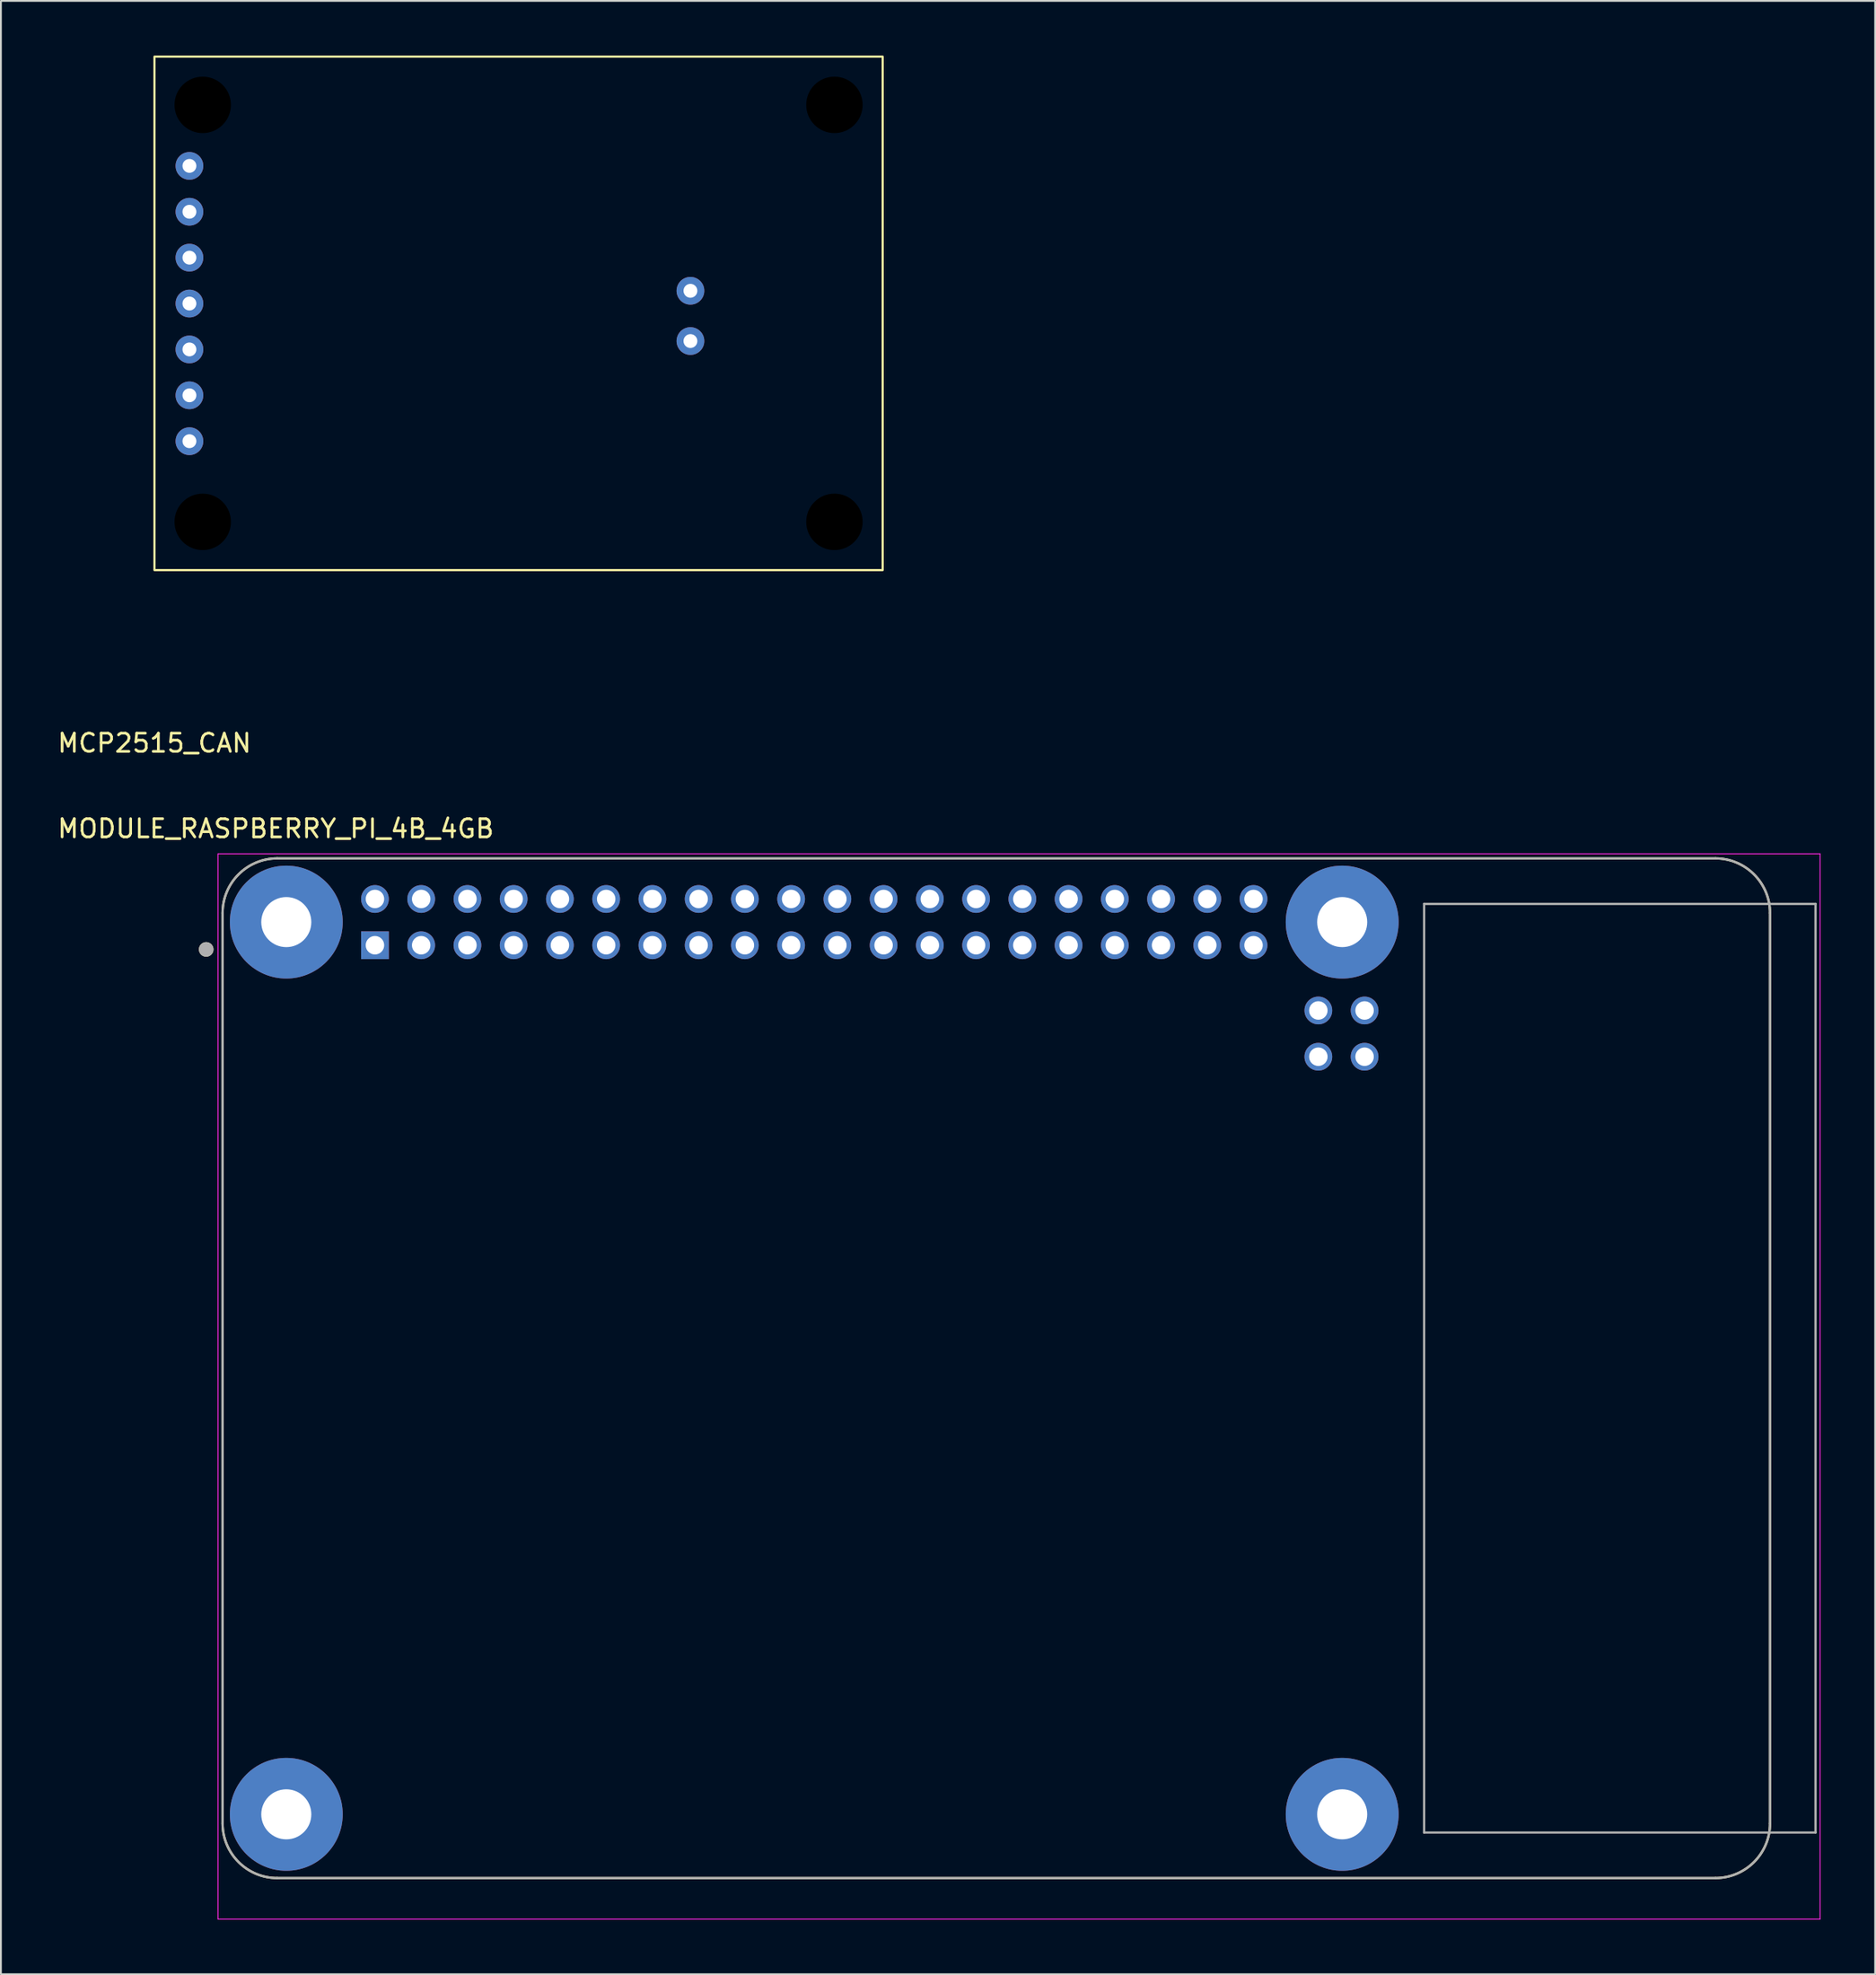
<source format=kicad_pcb>
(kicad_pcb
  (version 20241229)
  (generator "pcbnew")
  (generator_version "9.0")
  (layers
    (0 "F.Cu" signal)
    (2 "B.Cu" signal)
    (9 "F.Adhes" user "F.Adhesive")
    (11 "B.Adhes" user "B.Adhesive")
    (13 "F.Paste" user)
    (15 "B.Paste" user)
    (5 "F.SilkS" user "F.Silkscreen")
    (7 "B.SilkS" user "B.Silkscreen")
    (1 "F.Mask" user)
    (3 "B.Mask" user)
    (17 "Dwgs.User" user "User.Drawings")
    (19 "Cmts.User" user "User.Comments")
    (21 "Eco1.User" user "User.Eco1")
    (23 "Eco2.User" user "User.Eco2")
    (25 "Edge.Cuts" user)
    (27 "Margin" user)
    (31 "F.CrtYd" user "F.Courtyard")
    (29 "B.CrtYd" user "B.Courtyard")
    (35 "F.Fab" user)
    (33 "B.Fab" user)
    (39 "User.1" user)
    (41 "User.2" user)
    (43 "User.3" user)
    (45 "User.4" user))
  (footprint "MODULE_RASPBERRY_PI_4B_4GB"
    (layer "F.Cu")
    (at 51.676 72.091)
    (property "Reference" "MODULE_RASPBERRY_PI_4B_4GB" (at -39.575 -29.635 0) (layer "F.SilkS") (effects (font (size 1 1) (thickness 0.15))))
    (attr through_hole)
    (fp_line (start -42.5 -25) (end -42.5 25) (stroke (width 0.127) (type solid)) (layer "F.SilkS"))
    (fp_line (start -39.5 28) (end 39.5 28) (stroke (width 0.127) (type solid)) (layer "F.SilkS"))
    (fp_line (start 39.5 -28) (end -39.5 -28) (stroke (width 0.127) (type solid)) (layer "F.SilkS"))
    (fp_line (start 42.5 25) (end 42.5 -25) (stroke (width 0.127) (type solid)) (layer "F.SilkS"))
    (fp_arc (start -42.5 -25) (mid -41.62132 -27.12132) (end -39.5 -28) (stroke (width 0.127) (type solid)) (layer "F.SilkS"))
    (fp_arc (start -39.5 28) (mid -41.62132 27.12132) (end -42.5 25) (stroke (width 0.127) (type solid)) (layer "F.SilkS"))
    (fp_arc (start 39.5 -28) (mid 41.62132 -27.12132) (end 42.5 -25) (stroke (width 0.127) (type solid)) (layer "F.SilkS"))
    (fp_arc (start 42.5 25) (mid 41.62132 27.12132) (end 39.5 28) (stroke (width 0.127) (type solid)) (layer "F.SilkS"))
    (fp_circle (center -43.4 -23) (end -43.2 -23) (stroke (width 0.4) (type solid)) (fill no) (layer "F.SilkS"))
    (fp_line (start -42.75 -28.25) (end 45.25 -28.25) (stroke (width 0.05) (type solid)) (layer "F.CrtYd"))
    (fp_line (start -42.75 30.255) (end -42.75 -28.25) (stroke (width 0.05) (type solid)) (layer "F.CrtYd"))
    (fp_line (start 45.25 -28.25) (end 45.25 30.255) (stroke (width 0.05) (type solid)) (layer "F.CrtYd"))
    (fp_line (start 45.25 30.255) (end -42.75 30.255) (stroke (width 0.05) (type solid)) (layer "F.CrtYd"))
    (fp_line (start -42.5 -25) (end -42.5 25) (stroke (width 0.127) (type solid)) (layer "F.Fab"))
    (fp_line (start -39.5 28) (end 39.5 28) (stroke (width 0.127) (type solid)) (layer "F.Fab"))
    (fp_line (start 23.5 -25.5) (end 23.5 25.5) (stroke (width 0.127) (type solid)) (layer "F.Fab"))
    (fp_line (start 23.5 25.5) (end 45 25.5) (stroke (width 0.127) (type solid)) (layer "F.Fab"))
    (fp_line (start 39.5 -28) (end -39.5 -28) (stroke (width 0.127) (type solid)) (layer "F.Fab"))
    (fp_line (start 42.5 25) (end 42.5 -25) (stroke (width 0.127) (type solid)) (layer "F.Fab"))
    (fp_line (start 45 -25.5) (end 23.5 -25.5) (stroke (width 0.127) (type solid)) (layer "F.Fab"))
    (fp_line (start 45 25.5) (end 45 -25.5) (stroke (width 0.127) (type solid)) (layer "F.Fab"))
    (fp_arc (start -42.5 -25) (mid -41.62132 -27.12132) (end -39.5 -28) (stroke (width 0.127) (type solid)) (layer "F.Fab"))
    (fp_arc (start -39.5 28) (mid -41.62132 27.12132) (end -42.5 25) (stroke (width 0.127) (type solid)) (layer "F.Fab"))
    (fp_arc (start 39.5 -28) (mid 41.62132 -27.12132) (end 42.5 -25) (stroke (width 0.127) (type solid)) (layer "F.Fab"))
    (fp_arc (start 42.5 25) (mid 41.62132 27.12132) (end 39.5 28) (stroke (width 0.127) (type solid)) (layer "F.Fab"))
    (fp_circle (center -43.4 -23) (end -43.2 -23) (stroke (width 0.4) (type solid)) (fill no) (layer "F.Fab"))
    (pad "1" thru_hole rect (at -34.13 -23.23) (size 1.524 1.524) (drill 1.016) (layers "*.Cu" "*.Mask"))
    (pad "2" thru_hole circle (at -34.13 -25.77) (size 1.524 1.524) (drill 1.016) (layers "*.Cu" "*.Mask"))
    (pad "3" thru_hole circle (at -31.59 -23.23) (size 1.524 1.524) (drill 1.016) (layers "*.Cu" "*.Mask"))
    (pad "4" thru_hole circle (at -31.59 -25.77) (size 1.524 1.524) (drill 1.016) (layers "*.Cu" "*.Mask"))
    (pad "5" thru_hole circle (at -29.05 -23.23) (size 1.524 1.524) (drill 1.016) (layers "*.Cu" "*.Mask"))
    (pad "6" thru_hole circle (at -29.05 -25.77) (size 1.524 1.524) (drill 1.016) (layers "*.Cu" "*.Mask"))
    (pad "7" thru_hole circle (at -26.51 -23.23) (size 1.524 1.524) (drill 1.016) (layers "*.Cu" "*.Mask"))
    (pad "8" thru_hole circle (at -26.51 -25.77) (size 1.524 1.524) (drill 1.016) (layers "*.Cu" "*.Mask"))
    (pad "9" thru_hole circle (at -23.97 -23.23) (size 1.524 1.524) (drill 1.016) (layers "*.Cu" "*.Mask"))
    (pad "10" thru_hole circle (at -23.97 -25.77) (size 1.524 1.524) (drill 1.016) (layers "*.Cu" "*.Mask"))
    (pad "11" thru_hole circle (at -21.43 -23.23) (size 1.524 1.524) (drill 1.016) (layers "*.Cu" "*.Mask"))
    (pad "12" thru_hole circle (at -21.43 -25.77) (size 1.524 1.524) (drill 1.016) (layers "*.Cu" "*.Mask"))
    (pad "13" thru_hole circle (at -18.89 -23.23) (size 1.524 1.524) (drill 1.016) (layers "*.Cu" "*.Mask"))
    (pad "14" thru_hole circle (at -18.89 -25.77) (size 1.524 1.524) (drill 1.016) (layers "*.Cu" "*.Mask"))
    (pad "15" thru_hole circle (at -16.35 -23.23) (size 1.524 1.524) (drill 1.016) (layers "*.Cu" "*.Mask"))
    (pad "16" thru_hole circle (at -16.35 -25.77) (size 1.524 1.524) (drill 1.016) (layers "*.Cu" "*.Mask"))
    (pad "17" thru_hole circle (at -13.81 -23.23) (size 1.524 1.524) (drill 1.016) (layers "*.Cu" "*.Mask"))
    (pad "18" thru_hole circle (at -13.81 -25.77) (size 1.524 1.524) (drill 1.016) (layers "*.Cu" "*.Mask"))
    (pad "19" thru_hole circle (at -11.27 -23.23) (size 1.524 1.524) (drill 1.016) (layers "*.Cu" "*.Mask"))
    (pad "20" thru_hole circle (at -11.27 -25.77) (size 1.524 1.524) (drill 1.016) (layers "*.Cu" "*.Mask"))
    (pad "21" thru_hole circle (at -8.73 -23.23) (size 1.524 1.524) (drill 1.016) (layers "*.Cu" "*.Mask"))
    (pad "22" thru_hole circle (at -8.73 -25.77) (size 1.524 1.524) (drill 1.016) (layers "*.Cu" "*.Mask"))
    (pad "23" thru_hole circle (at -6.19 -23.23) (size 1.524 1.524) (drill 1.016) (layers "*.Cu" "*.Mask"))
    (pad "24" thru_hole circle (at -6.19 -25.77) (size 1.524 1.524) (drill 1.016) (layers "*.Cu" "*.Mask"))
    (pad "25" thru_hole circle (at -3.65 -23.23) (size 1.524 1.524) (drill 1.016) (layers "*.Cu" "*.Mask"))
    (pad "26" thru_hole circle (at -3.65 -25.77) (size 1.524 1.524) (drill 1.016) (layers "*.Cu" "*.Mask"))
    (pad "27" thru_hole circle (at -1.11 -23.23) (size 1.524 1.524) (drill 1.016) (layers "*.Cu" "*.Mask"))
    (pad "28" thru_hole circle (at -1.11 -25.77) (size 1.524 1.524) (drill 1.016) (layers "*.Cu" "*.Mask"))
    (pad "29" thru_hole circle (at 1.43 -23.23) (size 1.524 1.524) (drill 1.016) (layers "*.Cu" "*.Mask"))
    (pad "30" thru_hole circle (at 1.43 -25.77) (size 1.524 1.524) (drill 1.016) (layers "*.Cu" "*.Mask"))
    (pad "31" thru_hole circle (at 3.97 -23.23) (size 1.524 1.524) (drill 1.016) (layers "*.Cu" "*.Mask"))
    (pad "32" thru_hole circle (at 3.97 -25.77) (size 1.524 1.524) (drill 1.016) (layers "*.Cu" "*.Mask"))
    (pad "33" thru_hole circle (at 6.51 -23.23) (size 1.524 1.524) (drill 1.016) (layers "*.Cu" "*.Mask"))
    (pad "34" thru_hole circle (at 6.51 -25.77) (size 1.524 1.524) (drill 1.016) (layers "*.Cu" "*.Mask"))
    (pad "35" thru_hole circle (at 9.05 -23.23) (size 1.524 1.524) (drill 1.016) (layers "*.Cu" "*.Mask"))
    (pad "36" thru_hole circle (at 9.05 -25.77) (size 1.524 1.524) (drill 1.016) (layers "*.Cu" "*.Mask"))
    (pad "37" thru_hole circle (at 11.59 -23.23) (size 1.524 1.524) (drill 1.016) (layers "*.Cu" "*.Mask"))
    (pad "38" thru_hole circle (at 11.59 -25.77) (size 1.524 1.524) (drill 1.016) (layers "*.Cu" "*.Mask"))
    (pad "39" thru_hole circle (at 14.13 -23.23) (size 1.524 1.524) (drill 1.016) (layers "*.Cu" "*.Mask"))
    (pad "40" thru_hole circle (at 14.13 -25.77) (size 1.524 1.524) (drill 1.016) (layers "*.Cu" "*.Mask"))
    (pad "41" thru_hole circle (at 20.23 -17.107) (size 1.524 1.524) (drill 1.016) (layers "*.Cu" "*.Mask"))
    (pad "42" thru_hole circle (at 20.23 -19.647) (size 1.524 1.524) (drill 1.016) (layers "*.Cu" "*.Mask"))
    (pad "43" thru_hole circle (at 17.69 -17.107) (size 1.524 1.524) (drill 1.016) (layers "*.Cu" "*.Mask"))
    (pad "44" thru_hole circle (at 17.69 -19.647) (size 1.524 1.524) (drill 1.016) (layers "*.Cu" "*.Mask"))
    (pad "S1" thru_hole circle (at -39 -24.5) (size 6.2 6.2) (drill 2.75) (layers "*.Cu" "*.Mask"))
    (pad "S2" thru_hole circle (at 19 -24.5) (size 6.2 6.2) (drill 2.75) (layers "*.Cu" "*.Mask"))
    (pad "S3" thru_hole circle (at 19 24.5) (size 6.2 6.2) (drill 2.75) (layers "*.Cu" "*.Mask"))
    (pad "S4" thru_hole circle (at -39 24.5) (size 6.2 6.2) (drill 2.75) (layers "*.Cu" "*.Mask")))
  (footprint "MCP2515_CAN"
    (layer "F.Cu")
    (at 5.435 38.26)
    (property "Reference" "MCP2515_CAN" (at 0 -0.5 0) (unlocked yes) (layer "F.SilkS") (effects (font (size 1 1) (thickness 0.15))))
    (attr through_hole)
    (fp_rect (start 0 -10) (end 40 -38.2) (stroke (width 0.12) (type default)) (fill no) (layer "F.SilkS"))
    (pad "" np_thru_hole circle (at 2.65 -35.55) (size 3.1 3.1) (drill 3.1) (layers "*.Mask"))
    (pad "" np_thru_hole circle (at 2.65 -12.65) (size 3.1 3.1) (drill 3.1) (layers "*.Mask"))
    (pad "" np_thru_hole circle (at 37.35 -35.55) (size 3.1 3.1) (drill 3.1) (layers "*.Mask"))
    (pad "" np_thru_hole circle (at 37.35 -12.65) (size 3.1 3.1) (drill 3.1) (layers "*.Mask"))
    (pad "1" thru_hole circle (at 1.92 -32.2) (size 1.524 1.524) (drill 0.762) (layers "*.Cu" "*.Mask"))
    (pad "2" thru_hole circle (at 1.92 -29.68) (size 1.524 1.524) (drill 0.762) (layers "*.Cu" "*.Mask"))
    (pad "3" thru_hole circle (at 1.92 -27.16) (size 1.524 1.524) (drill 0.762) (layers "*.Cu" "*.Mask"))
    (pad "4" thru_hole circle (at 1.92 -24.64) (size 1.524 1.524) (drill 0.762) (layers "*.Cu" "*.Mask"))
    (pad "5" thru_hole circle (at 1.92 -22.12) (size 1.524 1.524) (drill 0.762) (layers "*.Cu" "*.Mask"))
    (pad "6" thru_hole circle (at 1.92 -19.6) (size 1.524 1.524) (drill 0.762) (layers "*.Cu" "*.Mask"))
    (pad "7" thru_hole circle (at 1.92 -17.08) (size 1.524 1.524) (drill 0.762) (layers "*.Cu" "*.Mask"))
    (pad "8" thru_hole circle (at 29.44 -25.34) (size 1.524 1.524) (drill 0.762) (layers "*.Cu" "*.Mask"))
    (pad "9" thru_hole circle (at 29.44 -22.58) (size 1.524 1.524) (drill 0.762) (layers "*.Cu" "*.Mask")))
  (gr_rect
    (start -3 -3)
    (end 99.951 105.371)
    (stroke (width 0.1) (type default))
    (fill no)
    (layer "Edge.Cuts")))
</source>
